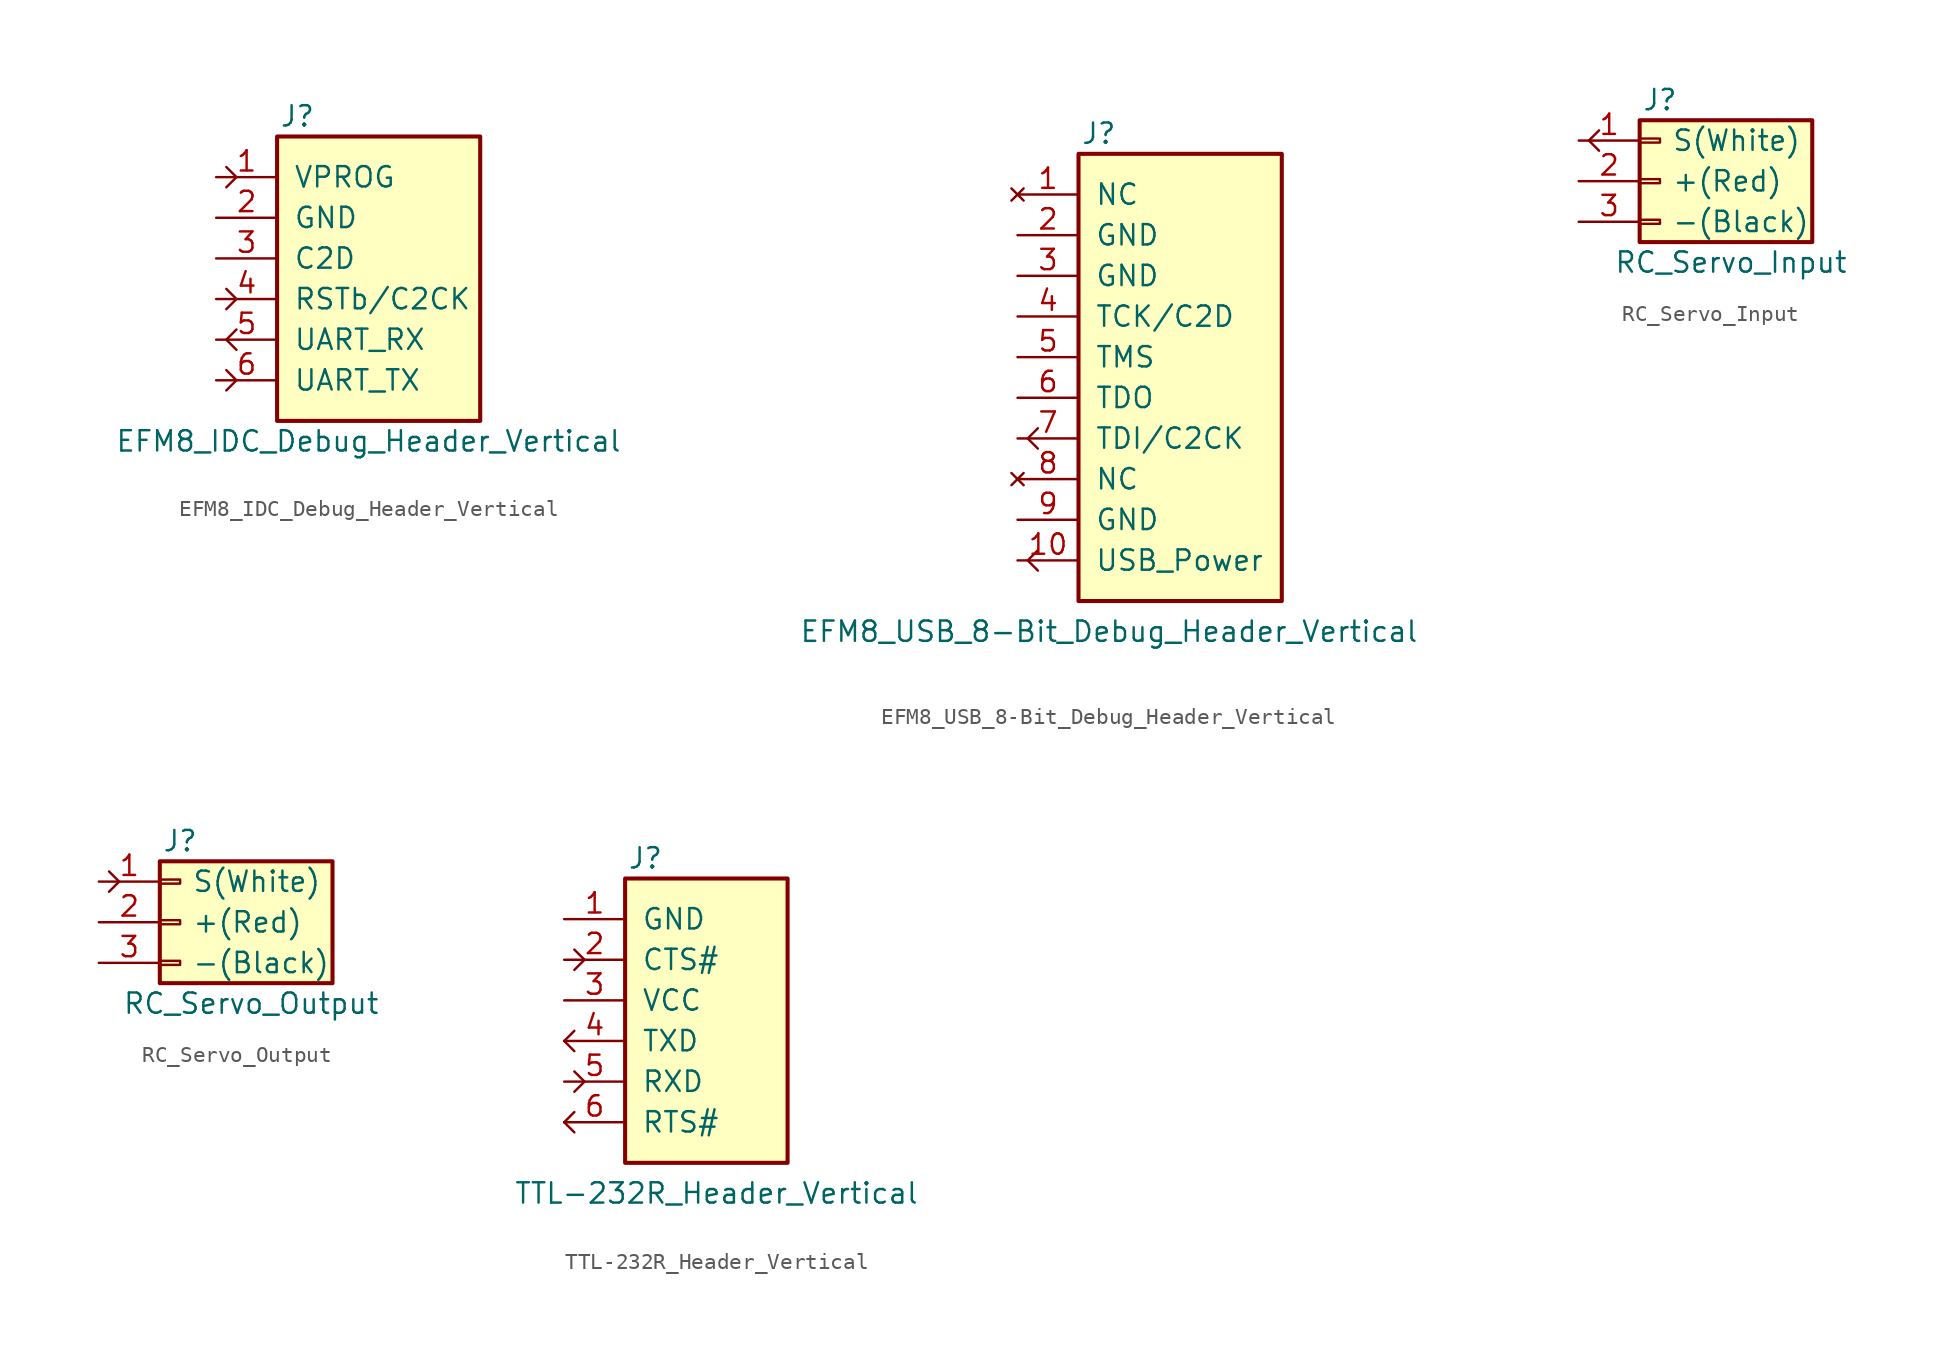
<source format=kicad_sym>
(kicad_symbol_lib
  (version 20211014)
  (generator kicad_symbol_editor)
  (symbol "EFM8_IDC_Debug_Header_Vertical"
    (pin_names
      (offset 1.016))
    (property "Reference" "J"
      (at 0 8.89 0)
      (effects (font (size 1.27 1.27))))
    (property "Value" "EFM8_IDC_Debug_Header_Vertical"
      (at 4.445 -11.43 0)
      (effects (font (size 1.27 1.27))))
    (symbol "EFM8_IDC_Debug_Header_Vertical_0_1"
      (polyline (pts (xy -4.445 -8.255) (xy -3.81 -7.62) (xy -4.445 -6.985)) (stroke (width 0) (type default) (color 0 0 0 0)) (fill (type none)))
      (polyline (pts (xy -4.445 -3.175) (xy -3.81 -2.54) (xy -4.445 -1.905)) (stroke (width 0) (type default) (color 0 0 0 0)) (fill (type none)))
      (polyline (pts (xy -4.445 4.445) (xy -3.81 5.08) (xy -4.445 5.715)) (stroke (width 0) (type default) (color 0 0 0 0)) (fill (type none)))
      (polyline (pts (xy -3.81 -4.445) (xy -4.445 -5.08) (xy -3.81 -5.715)) (stroke (width 0) (type default) (color 0 0 0 0)) (fill (type none))))
    (symbol "EFM8_IDC_Debug_Header_Vertical_1_1"
      (rectangle (start -1.27 7.62) (end 11.43 -10.16) (stroke (width 0.254) (type default) (color 0 0 0 0)) (fill (type background)))
      (pin input line (at -5.08 5.08 0) (length 3.81) (name "VPROG" (effects (font (size 1.27 1.27)))) (number "1" (effects (font (size 1.27 1.27)))))
      (pin power_out line (at -5.08 2.54 0) (length 3.81) (name "GND" (effects (font (size 1.27 1.27)))) (number "2" (effects (font (size 1.27 1.27)))))
      (pin bidirectional line (at -5.08 0 0) (length 3.81) (name "C2D" (effects (font (size 1.27 1.27)))) (number "3" (effects (font (size 1.27 1.27)))))
      (pin input line (at -5.08 -2.54 0) (length 3.81) (name "RSTb/C2CK" (effects (font (size 1.27 1.27)))) (number "4" (effects (font (size 1.27 1.27)))))
      (pin output line (at -5.08 -5.08 0) (length 3.81) (name "UART_RX" (effects (font (size 1.27 1.27)))) (number "5" (effects (font (size 1.27 1.27)))))
      (pin input line (at -5.08 -7.62 0) (length 3.81) (name "UART_TX" (effects (font (size 1.27 1.27)))) (number "6" (effects (font (size 1.27 1.27)))))))
  (symbol "EFM8_USB_8-Bit_Debug_Header_Vertical"
    (pin_names
      (offset 1.016))
    (property "Reference" "J"
      (at 0 13.97 0)
      (effects (font (size 1.27 1.27))))
    (property "Value" "EFM8_USB_8-Bit_Debug_Header_Vertical"
      (at 0.635 -17.145 0)
      (effects (font (size 1.27 1.27))))
    (symbol "EFM8_USB_8-Bit_Debug_Header_Vertical_0_1"
      (polyline (pts (xy -3.81 -12.065) (xy -4.445 -12.7) (xy -3.81 -13.335)) (stroke (width 0) (type default) (color 0 0 0 0)) (fill (type none)))
      (polyline (pts (xy -3.81 -4.445) (xy -4.445 -5.08) (xy -3.81 -5.715)) (stroke (width 0) (type default) (color 0 0 0 0)) (fill (type none))))
    (symbol "EFM8_USB_8-Bit_Debug_Header_Vertical_1_1"
      (rectangle (start -1.27 12.7) (end 11.43 -15.24) (stroke (width 0.254) (type default) (color 0 0 0 0)) (fill (type background)))
      (pin no_connect line (at -5.08 10.16 0) (length 3.81) (name "NC" (effects (font (size 1.27 1.27)))) (number "1" (effects (font (size 1.27 1.27)))))
      (pin power_out line (at -5.08 -12.7 0) (length 3.81) (name "USB_Power" (effects (font (size 1.27 1.27)))) (number "10" (effects (font (size 1.27 1.27)))))
      (pin power_out line (at -5.08 7.62 0) (length 3.81) (name "GND" (effects (font (size 1.27 1.27)))) (number "2" (effects (font (size 1.27 1.27)))))
      (pin power_out line (at -5.08 5.08 0) (length 3.81) (name "GND" (effects (font (size 1.27 1.27)))) (number "3" (effects (font (size 1.27 1.27)))))
      (pin bidirectional line (at -5.08 2.54 0) (length 3.81) (name "TCK/C2D" (effects (font (size 1.27 1.27)))) (number "4" (effects (font (size 1.27 1.27)))))
      (pin passive line (at -5.08 0 0) (length 3.81) (name "TMS" (effects (font (size 1.27 1.27)))) (number "5" (effects (font (size 1.27 1.27)))))
      (pin passive line (at -5.08 -2.54 0) (length 3.81) (name "TDO" (effects (font (size 1.27 1.27)))) (number "6" (effects (font (size 1.27 1.27)))))
      (pin output line (at -5.08 -5.08 0) (length 3.81) (name "TDI/C2CK" (effects (font (size 1.27 1.27)))) (number "7" (effects (font (size 1.27 1.27)))))
      (pin no_connect line (at -5.08 -7.62 0) (length 3.81) (name "NC" (effects (font (size 1.27 1.27)))) (number "8" (effects (font (size 1.27 1.27)))))
      (pin power_out line (at -5.08 -10.16 0) (length 3.81) (name "GND" (effects (font (size 1.27 1.27)))) (number "9" (effects (font (size 1.27 1.27)))))))
  (symbol "RC_Servo_Input"
    (pin_names
      (offset 2))
    (property "Reference" "J"
      (at 0 5.08 0)
      (effects (font (size 1.27 1.27))))
    (property "Value" "RC_Servo_Input"
      (at 4.445 -5.08 0)
      (effects (font (size 1.27 1.27))))
    (symbol "RC_Servo_Input_0_1"
      (polyline (pts (xy -3.81 3.175) (xy -4.445 2.54) (xy -3.81 1.905)) (stroke (width 0) (type default) (color 0 0 0 0)) (fill (type none))))
    (symbol "RC_Servo_Input_1_1"
      (rectangle (start -1.27 -2.413) (end 0 -2.667) (stroke (width 0.152) (type default) (color 0 0 0 0)) (fill (type none)))
      (rectangle (start -1.27 0.127) (end 0 -0.127) (stroke (width 0.152) (type default) (color 0 0 0 0)) (fill (type none)))
      (rectangle (start -1.27 2.667) (end 0 2.413) (stroke (width 0.152) (type default) (color 0 0 0 0)) (fill (type none)))
      (rectangle (start -1.27 3.81) (end 9.525 -3.81) (stroke (width 0.254) (type default) (color 0 0 0 0)) (fill (type background)))
      (pin output line (at -5.08 2.54 0) (length 3.81) (name "S(White)" (effects (font (size 1.27 1.27)))) (number "1" (effects (font (size 1.27 1.27)))))
      (pin power_out line (at -5.08 0 0) (length 3.81) (name "+(Red)" (effects (font (size 1.27 1.27)))) (number "2" (effects (font (size 1.27 1.27)))))
      (pin power_out line (at -5.08 -2.54 0) (length 3.81) (name "-(Black)" (effects (font (size 1.27 1.27)))) (number "3" (effects (font (size 1.27 1.27)))))))
  (symbol "RC_Servo_Output"
    (pin_names
      (offset 2))
    (property "Reference" "J"
      (at 0 5.08 0)
      (effects (font (size 1.27 1.27))))
    (property "Value" "RC_Servo_Output"
      (at 4.445 -5.08 0)
      (effects (font (size 1.27 1.27))))
    (symbol "RC_Servo_Output_0_1"
      (polyline (pts (xy -4.445 1.905) (xy -3.81 2.54) (xy -4.445 3.175)) (stroke (width 0) (type default) (color 0 0 0 0)) (fill (type none))))
    (symbol "RC_Servo_Output_1_1"
      (rectangle (start -1.27 -2.413) (end 0 -2.667) (stroke (width 0.152) (type default) (color 0 0 0 0)) (fill (type none)))
      (rectangle (start -1.27 0.127) (end 0 -0.127) (stroke (width 0.152) (type default) (color 0 0 0 0)) (fill (type none)))
      (rectangle (start -1.27 2.667) (end 0 2.413) (stroke (width 0.152) (type default) (color 0 0 0 0)) (fill (type none)))
      (rectangle (start -1.27 3.81) (end 9.525 -3.81) (stroke (width 0.254) (type default) (color 0 0 0 0)) (fill (type background)))
      (pin input line (at -5.08 2.54 0) (length 3.81) (name "S(White)" (effects (font (size 1.27 1.27)))) (number "1" (effects (font (size 1.27 1.27)))))
      (pin power_in line (at -5.08 0 0) (length 3.81) (name "+(Red)" (effects (font (size 1.27 1.27)))) (number "2" (effects (font (size 1.27 1.27)))))
      (pin power_in line (at -5.08 -2.54 0) (length 3.81) (name "-(Black)" (effects (font (size 1.27 1.27)))) (number "3" (effects (font (size 1.27 1.27)))))))
  (symbol "TTL-232R_Header_Vertical"
    (pin_names
      (offset 1.016))
    (property "Reference" "J"
      (at -3.81 10.16 0)
      (effects (font (size 1.27 1.27))))
    (property "Value" "TTL-232R_Header_Vertical"
      (at 0.635 -10.795 0)
      (effects (font (size 1.27 1.27))))
    (symbol "TTL-232R_Header_Vertical_0_1"
      (polyline (pts (xy -8.89 -6.35) (xy -8.255 -6.985)) (stroke (width 0) (type default) (color 0 0 0 0)) (fill (type none)))
      (polyline (pts (xy -8.89 -6.35) (xy -8.255 -5.715)) (stroke (width 0) (type default) (color 0 0 0 0)) (fill (type none)))
      (polyline (pts (xy -8.89 -1.27) (xy -8.255 -1.905)) (stroke (width 0) (type default) (color 0 0 0 0)) (fill (type none)))
      (polyline (pts (xy -8.89 -1.27) (xy -8.255 -0.635)) (stroke (width 0) (type default) (color 0 0 0 0)) (fill (type none)))
      (polyline (pts (xy -7.62 -3.81) (xy -8.255 -4.445)) (stroke (width 0) (type default) (color 0 0 0 0)) (fill (type none)))
      (polyline (pts (xy -7.62 -3.81) (xy -8.255 -3.175)) (stroke (width 0) (type default) (color 0 0 0 0)) (fill (type none)))
      (polyline (pts (xy -7.62 3.81) (xy -8.255 3.175)) (stroke (width 0) (type default) (color 0 0 0 0)) (fill (type none)))
      (polyline (pts (xy -7.62 3.81) (xy -8.255 4.445)) (stroke (width 0) (type default) (color 0 0 0 0)) (fill (type none))))
    (symbol "TTL-232R_Header_Vertical_1_1"
      (rectangle (start -5.08 8.89) (end 5.08 -8.89) (stroke (width 0.254) (type default) (color 0 0 0 0)) (fill (type background)))
      (pin power_out line (at -8.89 6.35 0) (length 3.81) (name "GND" (effects (font (size 1.27 1.27)))) (number "1" (effects (font (size 1.27 1.27)))))
      (pin input line (at -8.89 3.81 0) (length 3.81) (name "CTS#" (effects (font (size 1.27 1.27)))) (number "2" (effects (font (size 1.27 1.27)))))
      (pin power_out line (at -8.89 1.27 0) (length 3.81) (name "VCC" (effects (font (size 1.27 1.27)))) (number "3" (effects (font (size 1.27 1.27)))))
      (pin output line (at -8.89 -1.27 0) (length 3.81) (name "TXD" (effects (font (size 1.27 1.27)))) (number "4" (effects (font (size 1.27 1.27)))))
      (pin input line (at -8.89 -3.81 0) (length 3.81) (name "RXD" (effects (font (size 1.27 1.27)))) (number "5" (effects (font (size 1.27 1.27)))))
      (pin output line (at -8.89 -6.35 0) (length 3.81) (name "RTS#" (effects (font (size 1.27 1.27)))) (number "6" (effects (font (size 1.27 1.27))))))))
</source>
